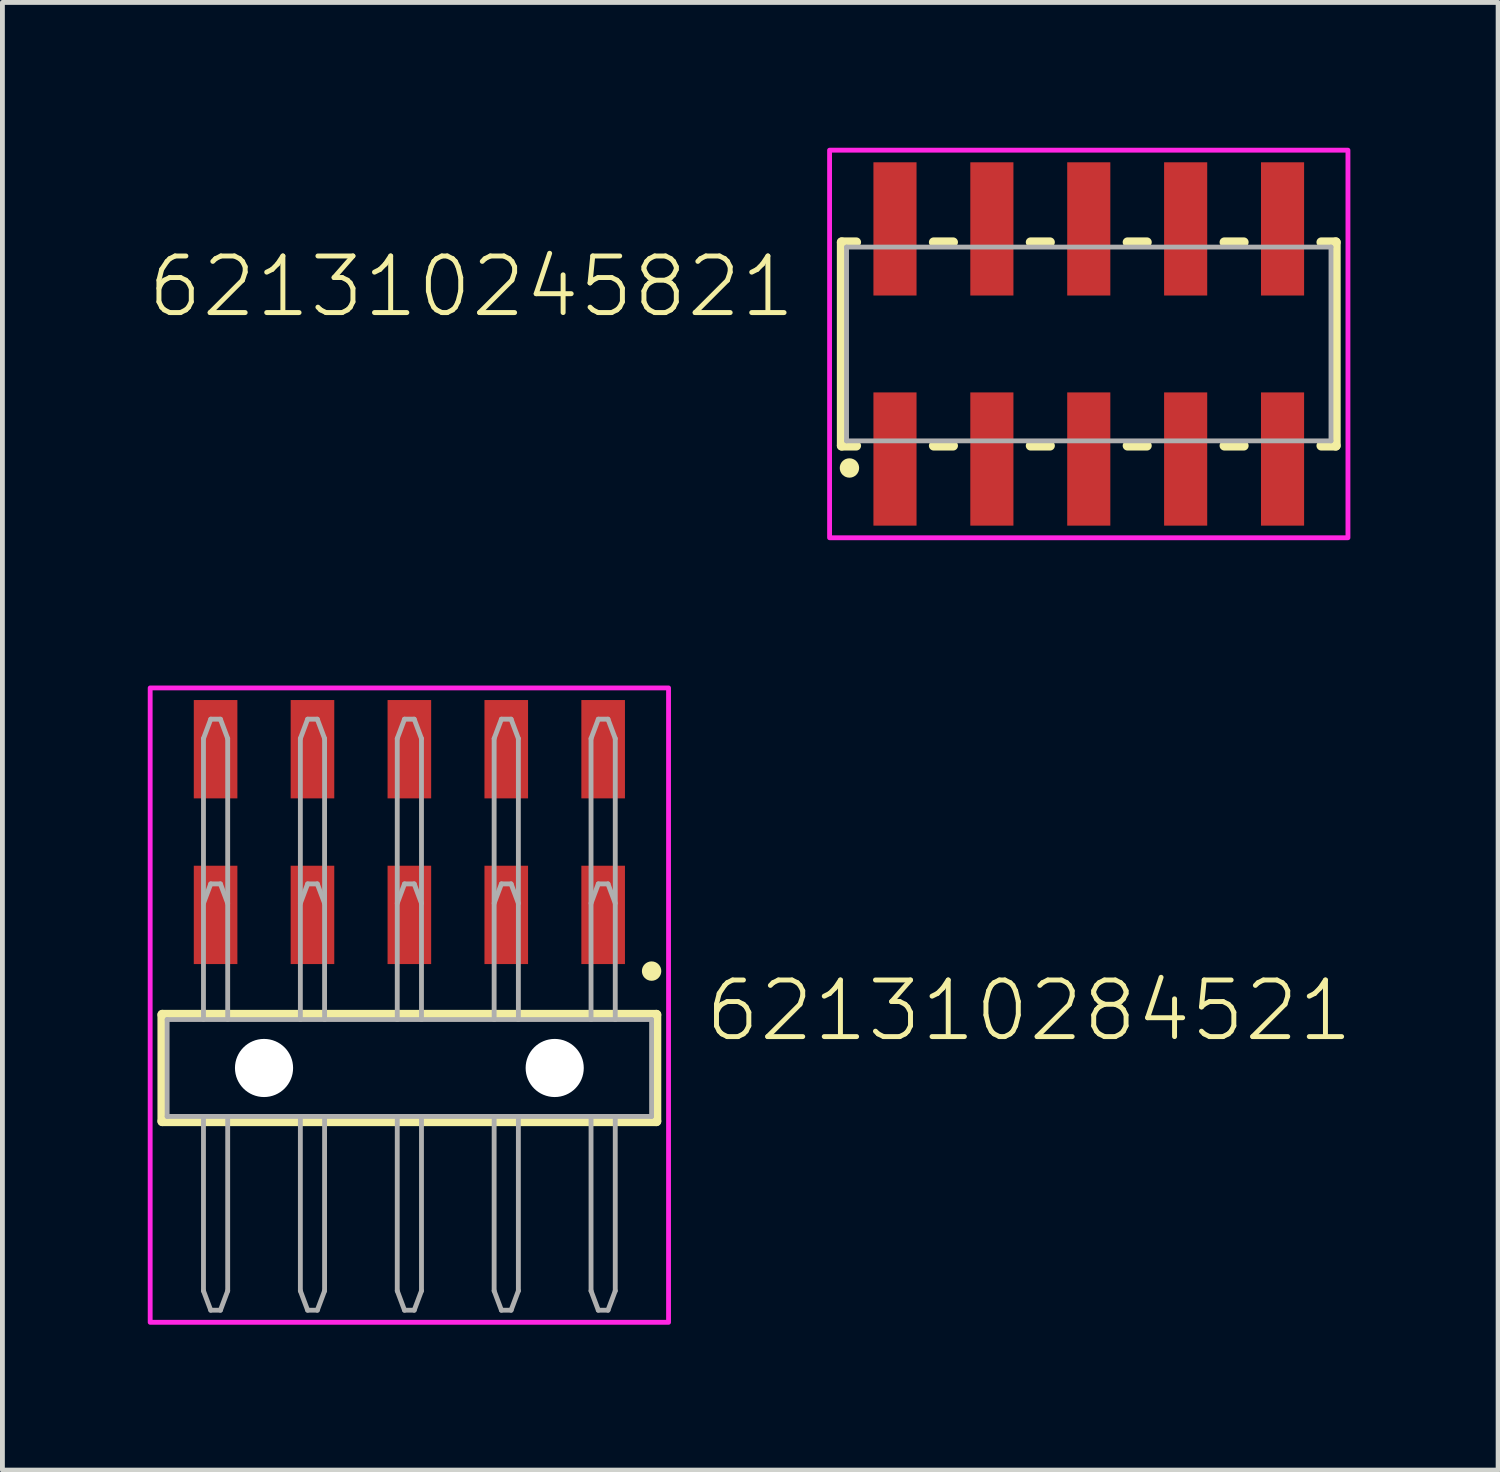
<source format=kicad_pcb>
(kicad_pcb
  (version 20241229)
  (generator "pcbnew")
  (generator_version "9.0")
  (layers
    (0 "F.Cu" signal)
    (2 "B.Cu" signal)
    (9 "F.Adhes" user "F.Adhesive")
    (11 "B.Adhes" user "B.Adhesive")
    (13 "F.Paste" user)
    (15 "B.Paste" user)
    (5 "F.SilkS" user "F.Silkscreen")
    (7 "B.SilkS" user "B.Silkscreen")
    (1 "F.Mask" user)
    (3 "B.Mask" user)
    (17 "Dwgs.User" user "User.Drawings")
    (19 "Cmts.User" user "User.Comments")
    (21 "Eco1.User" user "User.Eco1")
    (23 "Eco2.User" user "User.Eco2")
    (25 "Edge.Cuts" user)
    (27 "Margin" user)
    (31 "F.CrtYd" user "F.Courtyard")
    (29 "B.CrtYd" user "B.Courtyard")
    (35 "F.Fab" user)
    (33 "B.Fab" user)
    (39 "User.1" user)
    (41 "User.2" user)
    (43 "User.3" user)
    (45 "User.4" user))
  (footprint "621310245821"
    (layer "F.Cu")
    (at 19.424 4.05)
    (property "Reference" "621310245821" (at -6 -0.5 0) (unlocked yes) (layer "F.SilkS") (effects (font (size 1.168 1.168) (thickness 0.102)) (justify right bottom)))
    (fp_line (start -5.1 -2.1) (end -5.1 2.1) (stroke (width 0.2) (type solid)) (layer "F.SilkS"))
    (fp_line (start -5.1 2.1) (end -4.8 2.1) (stroke (width 0.2) (type solid)) (layer "F.SilkS"))
    (fp_line (start -4.8 -2.1) (end -5.1 -2.1) (stroke (width 0.2) (type solid)) (layer "F.SilkS"))
    (fp_line (start -3.2 -2.1) (end -2.8 -2.1) (stroke (width 0.2) (type solid)) (layer "F.SilkS"))
    (fp_line (start -2.8 2.1) (end -3.2 2.1) (stroke (width 0.2) (type solid)) (layer "F.SilkS"))
    (fp_line (start -1.2 -2.1) (end -0.8 -2.1) (stroke (width 0.2) (type solid)) (layer "F.SilkS"))
    (fp_line (start -0.8 2.1) (end -1.2 2.1) (stroke (width 0.2) (type solid)) (layer "F.SilkS"))
    (fp_line (start 0.8 -2.1) (end 1.2 -2.1) (stroke (width 0.2) (type solid)) (layer "F.SilkS"))
    (fp_line (start 1.2 2.1) (end 0.8 2.1) (stroke (width 0.2) (type solid)) (layer "F.SilkS"))
    (fp_line (start 2.8 -2.1) (end 3.2 -2.1) (stroke (width 0.2) (type solid)) (layer "F.SilkS"))
    (fp_line (start 3.2 2.1) (end 2.8 2.1) (stroke (width 0.2) (type solid)) (layer "F.SilkS"))
    (fp_line (start 4.8 -2.1) (end 5.1 -2.1) (stroke (width 0.2) (type solid)) (layer "F.SilkS"))
    (fp_line (start 5.1 -2.1) (end 5.1 2.1) (stroke (width 0.2) (type solid)) (layer "F.SilkS"))
    (fp_line (start 5.1 2.1) (end 4.8 2.1) (stroke (width 0.2) (type solid)) (layer "F.SilkS"))
    (fp_circle (center -4.94 2.56) (end -4.84 2.56) (stroke (width 0.2) (type solid)) (fill no) (layer "F.SilkS"))
    (fp_poly (pts (xy 5.35 4) (xy -5.35 4) (xy -5.35 -4) (xy 5.35 -4)) (stroke (width 0.1) (type default)) (fill no) (layer "F.CrtYd"))
    (fp_line (start -5 -2) (end 5 -2) (stroke (width 0.1) (type solid)) (layer "F.Fab"))
    (fp_line (start -5 2) (end -5 -2) (stroke (width 0.1) (type solid)) (layer "F.Fab"))
    (fp_line (start 5 -2) (end 5 2) (stroke (width 0.1) (type solid)) (layer "F.Fab"))
    (fp_line (start 5 2) (end -5 2) (stroke (width 0.1) (type solid)) (layer "F.Fab"))
    (pad "1" smd rect (at -4 2.375) (size 0.89 2.75) (layers "F.Cu" "F.Mask" "F.Paste"))
    (pad "2" smd rect (at -4 -2.375) (size 0.89 2.75) (layers "F.Cu" "F.Mask" "F.Paste"))
    (pad "3" smd rect (at -2 2.375) (size 0.89 2.75) (layers "F.Cu" "F.Mask" "F.Paste"))
    (pad "4" smd rect (at -2 -2.375) (size 0.89 2.75) (layers "F.Cu" "F.Mask" "F.Paste"))
    (pad "5" smd rect (at 0 2.375) (size 0.89 2.75) (layers "F.Cu" "F.Mask" "F.Paste"))
    (pad "6" smd rect (at 0 -2.375) (size 0.89 2.75) (layers "F.Cu" "F.Mask" "F.Paste"))
    (pad "7" smd rect (at 2 2.375) (size 0.89 2.75) (layers "F.Cu" "F.Mask" "F.Paste"))
    (pad "8" smd rect (at 2 -2.375) (size 0.89 2.75) (layers "F.Cu" "F.Mask" "F.Paste"))
    (pad "9" smd rect (at 4 2.375) (size 0.89 2.75) (layers "F.Cu" "F.Mask" "F.Paste"))
    (pad "10" smd rect (at 4 -2.375) (size 0.89 2.75) (layers "F.Cu" "F.Mask" "F.Paste")))
  (footprint "621310284521"
    (layer "F.Cu")
    (at 5.4 18.995)
    (property "Reference" "621310284521" (at 6.05 -0.5 0) (unlocked yes) (layer "F.SilkS") (effects (font (size 1.168 1.168) (thickness 0.102)) (justify left bottom)))
    (fp_line (start -5.1 -1.1) (end 5.1 -1.1) (stroke (width 0.2) (type solid)) (layer "F.SilkS"))
    (fp_line (start -5.1 1.1) (end -5.1 -1.1) (stroke (width 0.2) (type solid)) (layer "F.SilkS"))
    (fp_line (start 5.1 -1.1) (end 5.1 1.1) (stroke (width 0.2) (type solid)) (layer "F.SilkS"))
    (fp_line (start 5.1 1.1) (end -5.1 1.1) (stroke (width 0.2) (type solid)) (layer "F.SilkS"))
    (fp_circle (center 5 -2) (end 5.1 -2) (stroke (width 0.2) (type solid)) (fill no) (layer "F.SilkS"))
    (fp_poly (pts (xy 5.35 5.25) (xy -5.35 5.25) (xy -5.35 -7.845) (xy 5.35 -7.845)) (stroke (width 0.1) (type default)) (fill no) (layer "F.CrtYd"))
    (fp_line (start -5 -1) (end -2.25 -1) (stroke (width 0.1) (type solid)) (layer "F.Fab"))
    (fp_line (start -5 1) (end -5 -1) (stroke (width 0.1) (type solid)) (layer "F.Fab"))
    (fp_line (start -4.25 -6.8) (end -4.1 -7.2) (stroke (width 0.1) (type solid)) (layer "F.Fab"))
    (fp_line (start -4.25 -3.4) (end -4.1 -3.8) (stroke (width 0.1) (type solid)) (layer "F.Fab"))
    (fp_line (start -4.25 -1) (end -4.25 -6.8) (stroke (width 0.1) (type solid)) (layer "F.Fab"))
    (fp_line (start -4.25 1.02) (end -4.25 4.6) (stroke (width 0.1) (type solid)) (layer "F.Fab"))
    (fp_line (start -4.25 4.6) (end -4.1 5) (stroke (width 0.1) (type solid)) (layer "F.Fab"))
    (fp_line (start -4.1 -7.2) (end -3.9 -7.2) (stroke (width 0.1) (type solid)) (layer "F.Fab"))
    (fp_line (start -4.1 -3.8) (end -3.9 -3.8) (stroke (width 0.1) (type solid)) (layer "F.Fab"))
    (fp_line (start -3.9 5) (end -4.1 5) (stroke (width 0.1) (type solid)) (layer "F.Fab"))
    (fp_line (start -3.75 -6.8) (end -3.9 -7.2) (stroke (width 0.1) (type solid)) (layer "F.Fab"))
    (fp_line (start -3.75 -6.8) (end -3.75 -1) (stroke (width 0.1) (type solid)) (layer "F.Fab"))
    (fp_line (start -3.75 -3.4) (end -3.9 -3.8) (stroke (width 0.1) (type solid)) (layer "F.Fab"))
    (fp_line (start -3.75 4.6) (end -3.9 5) (stroke (width 0.1) (type solid)) (layer "F.Fab"))
    (fp_line (start -3.75 4.6) (end -3.75 1) (stroke (width 0.1) (type solid)) (layer "F.Fab"))
    (fp_line (start -2.25 -6.8) (end -2.1 -7.2) (stroke (width 0.1) (type solid)) (layer "F.Fab"))
    (fp_line (start -2.25 -3.4) (end -2.1 -3.8) (stroke (width 0.1) (type solid)) (layer "F.Fab"))
    (fp_line (start -2.25 -1) (end -2.25 -6.8) (stroke (width 0.1) (type solid)) (layer "F.Fab"))
    (fp_line (start -2.25 -1) (end -1.75 -1) (stroke (width 0.1) (type solid)) (layer "F.Fab"))
    (fp_line (start -2.25 1.02) (end -2.25 4.6) (stroke (width 0.1) (type solid)) (layer "F.Fab"))
    (fp_line (start -2.25 4.6) (end -2.1 5) (stroke (width 0.1) (type solid)) (layer "F.Fab"))
    (fp_line (start -2.1 -7.2) (end -1.9 -7.2) (stroke (width 0.1) (type solid)) (layer "F.Fab"))
    (fp_line (start -2.1 -3.8) (end -1.9 -3.8) (stroke (width 0.1) (type solid)) (layer "F.Fab"))
    (fp_line (start -1.9 5) (end -2.1 5) (stroke (width 0.1) (type solid)) (layer "F.Fab"))
    (fp_line (start -1.75 -6.8) (end -1.9 -7.2) (stroke (width 0.1) (type solid)) (layer "F.Fab"))
    (fp_line (start -1.75 -6.8) (end -1.75 -1) (stroke (width 0.1) (type solid)) (layer "F.Fab"))
    (fp_line (start -1.75 -3.4) (end -1.9 -3.8) (stroke (width 0.1) (type solid)) (layer "F.Fab"))
    (fp_line (start -1.75 -1) (end -0.25 -1) (stroke (width 0.1) (type solid)) (layer "F.Fab"))
    (fp_line (start -1.75 4.6) (end -1.9 5) (stroke (width 0.1) (type solid)) (layer "F.Fab"))
    (fp_line (start -1.75 4.6) (end -1.75 1) (stroke (width 0.1) (type solid)) (layer "F.Fab"))
    (fp_line (start -0.25 -6.8) (end -0.1 -7.2) (stroke (width 0.1) (type solid)) (layer "F.Fab"))
    (fp_line (start -0.25 -3.4) (end -0.1 -3.8) (stroke (width 0.1) (type solid)) (layer "F.Fab"))
    (fp_line (start -0.25 -1) (end -0.25 -6.8) (stroke (width 0.1) (type solid)) (layer "F.Fab"))
    (fp_line (start -0.25 -1) (end 0.25 -1) (stroke (width 0.1) (type solid)) (layer "F.Fab"))
    (fp_line (start -0.25 1.02) (end -0.25 4.6) (stroke (width 0.1) (type solid)) (layer "F.Fab"))
    (fp_line (start -0.25 4.6) (end -0.1 5) (stroke (width 0.1) (type solid)) (layer "F.Fab"))
    (fp_line (start -0.1 -7.2) (end 0.1 -7.2) (stroke (width 0.1) (type solid)) (layer "F.Fab"))
    (fp_line (start -0.1 -3.8) (end 0.1 -3.8) (stroke (width 0.1) (type solid)) (layer "F.Fab"))
    (fp_line (start 0.1 5) (end -0.1 5) (stroke (width 0.1) (type solid)) (layer "F.Fab"))
    (fp_line (start 0.25 -6.8) (end 0.1 -7.2) (stroke (width 0.1) (type solid)) (layer "F.Fab"))
    (fp_line (start 0.25 -6.8) (end 0.25 -1) (stroke (width 0.1) (type solid)) (layer "F.Fab"))
    (fp_line (start 0.25 -3.4) (end 0.1 -3.8) (stroke (width 0.1) (type solid)) (layer "F.Fab"))
    (fp_line (start 0.25 -1) (end 1.75 -1) (stroke (width 0.1) (type solid)) (layer "F.Fab"))
    (fp_line (start 0.25 4.6) (end 0.1 5) (stroke (width 0.1) (type solid)) (layer "F.Fab"))
    (fp_line (start 0.25 4.6) (end 0.25 1) (stroke (width 0.1) (type solid)) (layer "F.Fab"))
    (fp_line (start 1.75 -6.8) (end 1.9 -7.2) (stroke (width 0.1) (type solid)) (layer "F.Fab"))
    (fp_line (start 1.75 -3.4) (end 1.9 -3.8) (stroke (width 0.1) (type solid)) (layer "F.Fab"))
    (fp_line (start 1.75 -1) (end 1.75 -6.8) (stroke (width 0.1) (type solid)) (layer "F.Fab"))
    (fp_line (start 1.75 -1) (end 2.25 -1) (stroke (width 0.1) (type solid)) (layer "F.Fab"))
    (fp_line (start 1.75 1.02) (end 1.75 4.6) (stroke (width 0.1) (type solid)) (layer "F.Fab"))
    (fp_line (start 1.75 4.6) (end 1.9 5) (stroke (width 0.1) (type solid)) (layer "F.Fab"))
    (fp_line (start 1.9 -7.2) (end 2.1 -7.2) (stroke (width 0.1) (type solid)) (layer "F.Fab"))
    (fp_line (start 1.9 -3.8) (end 2.1 -3.8) (stroke (width 0.1) (type solid)) (layer "F.Fab"))
    (fp_line (start 2.1 5) (end 1.9 5) (stroke (width 0.1) (type solid)) (layer "F.Fab"))
    (fp_line (start 2.25 -6.8) (end 2.1 -7.2) (stroke (width 0.1) (type solid)) (layer "F.Fab"))
    (fp_line (start 2.25 -6.8) (end 2.25 -1) (stroke (width 0.1) (type solid)) (layer "F.Fab"))
    (fp_line (start 2.25 -3.4) (end 2.1 -3.8) (stroke (width 0.1) (type solid)) (layer "F.Fab"))
    (fp_line (start 2.25 -1) (end 3.75 -1) (stroke (width 0.1) (type solid)) (layer "F.Fab"))
    (fp_line (start 2.25 4.6) (end 2.1 5) (stroke (width 0.1) (type solid)) (layer "F.Fab"))
    (fp_line (start 2.25 4.6) (end 2.25 1) (stroke (width 0.1) (type solid)) (layer "F.Fab"))
    (fp_line (start 3.75 -6.8) (end 3.9 -7.2) (stroke (width 0.1) (type solid)) (layer "F.Fab"))
    (fp_line (start 3.75 -3.4) (end 3.9 -3.8) (stroke (width 0.1) (type solid)) (layer "F.Fab"))
    (fp_line (start 3.75 -1) (end 3.75 -6.8) (stroke (width 0.1) (type solid)) (layer "F.Fab"))
    (fp_line (start 3.75 -1) (end 4.25 -1) (stroke (width 0.1) (type solid)) (layer "F.Fab"))
    (fp_line (start 3.75 1.02) (end 3.75 4.6) (stroke (width 0.1) (type solid)) (layer "F.Fab"))
    (fp_line (start 3.75 4.6) (end 3.9 5) (stroke (width 0.1) (type solid)) (layer "F.Fab"))
    (fp_line (start 3.9 -7.2) (end 4.1 -7.2) (stroke (width 0.1) (type solid)) (layer "F.Fab"))
    (fp_line (start 3.9 -3.8) (end 4.1 -3.8) (stroke (width 0.1) (type solid)) (layer "F.Fab"))
    (fp_line (start 4.1 5) (end 3.9 5) (stroke (width 0.1) (type solid)) (layer "F.Fab"))
    (fp_line (start 4.25 -6.8) (end 4.1 -7.2) (stroke (width 0.1) (type solid)) (layer "F.Fab"))
    (fp_line (start 4.25 -6.8) (end 4.25 -1) (stroke (width 0.1) (type solid)) (layer "F.Fab"))
    (fp_line (start 4.25 -3.4) (end 4.1 -3.8) (stroke (width 0.1) (type solid)) (layer "F.Fab"))
    (fp_line (start 4.25 -1) (end 5 -1) (stroke (width 0.1) (type solid)) (layer "F.Fab"))
    (fp_line (start 4.25 4.6) (end 4.1 5) (stroke (width 0.1) (type solid)) (layer "F.Fab"))
    (fp_line (start 4.25 4.6) (end 4.25 1) (stroke (width 0.1) (type solid)) (layer "F.Fab"))
    (fp_line (start 5 -1) (end 5 1) (stroke (width 0.1) (type solid)) (layer "F.Fab"))
    (fp_line (start 5 1) (end -5 1) (stroke (width 0.1) (type solid)) (layer "F.Fab"))
    (pad "" np_thru_hole circle (at -3 0) (size 1.2 1.2) (drill 1.2) (layers "*.Cu" "*.Mask"))
    (pad "" np_thru_hole circle (at 3 0) (size 1.2 1.2) (drill 1.2) (layers "*.Cu" "*.Mask"))
    (pad "1" smd rect (at 4 -3.16) (size 0.9 2.03) (layers "F.Cu" "F.Mask" "F.Paste"))
    (pad "2" smd rect (at 4 -6.58) (size 0.9 2.03) (layers "F.Cu" "F.Mask" "F.Paste"))
    (pad "3" smd rect (at 2 -3.16) (size 0.9 2.03) (layers "F.Cu" "F.Mask" "F.Paste"))
    (pad "4" smd rect (at 2 -6.58) (size 0.9 2.03) (layers "F.Cu" "F.Mask" "F.Paste"))
    (pad "5" smd rect (at 0 -3.16) (size 0.9 2.03) (layers "F.Cu" "F.Mask" "F.Paste"))
    (pad "6" smd rect (at 0 -6.58) (size 0.9 2.03) (layers "F.Cu" "F.Mask" "F.Paste"))
    (pad "7" smd rect (at -2 -3.16) (size 0.9 2.03) (layers "F.Cu" "F.Mask" "F.Paste"))
    (pad "8" smd rect (at -2 -6.58) (size 0.9 2.03) (layers "F.Cu" "F.Mask" "F.Paste"))
    (pad "9" smd rect (at -4 -3.16) (size 0.9 2.03) (layers "F.Cu" "F.Mask" "F.Paste"))
    (pad "10" smd rect (at -4 -6.58) (size 0.9 2.03) (layers "F.Cu" "F.Mask" "F.Paste")))
  (gr_rect
    (start -3 -3)
    (end 27.874 27.295)
    (stroke (width 0.1) (type default))
    (fill no)
    (layer "Edge.Cuts")))
</source>
